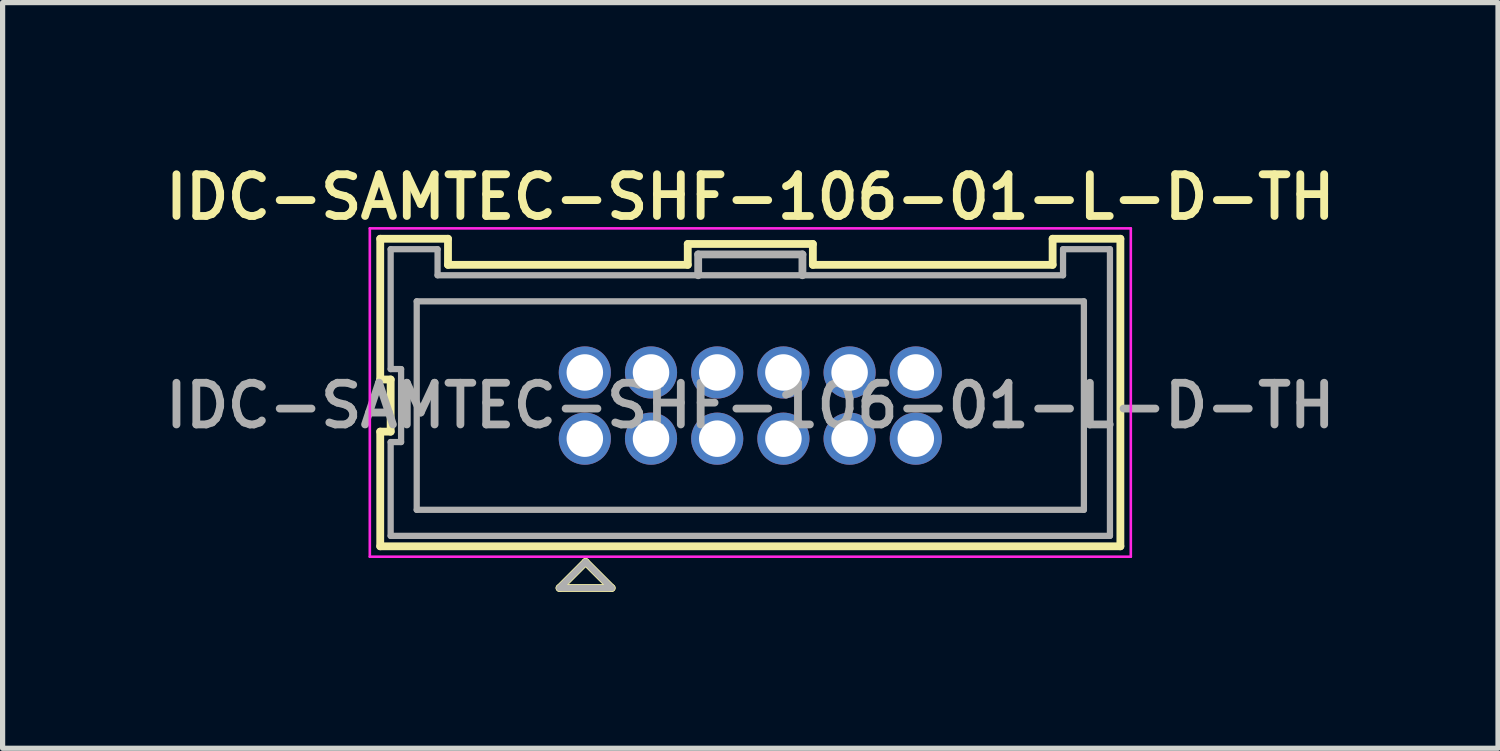
<source format=kicad_pcb>
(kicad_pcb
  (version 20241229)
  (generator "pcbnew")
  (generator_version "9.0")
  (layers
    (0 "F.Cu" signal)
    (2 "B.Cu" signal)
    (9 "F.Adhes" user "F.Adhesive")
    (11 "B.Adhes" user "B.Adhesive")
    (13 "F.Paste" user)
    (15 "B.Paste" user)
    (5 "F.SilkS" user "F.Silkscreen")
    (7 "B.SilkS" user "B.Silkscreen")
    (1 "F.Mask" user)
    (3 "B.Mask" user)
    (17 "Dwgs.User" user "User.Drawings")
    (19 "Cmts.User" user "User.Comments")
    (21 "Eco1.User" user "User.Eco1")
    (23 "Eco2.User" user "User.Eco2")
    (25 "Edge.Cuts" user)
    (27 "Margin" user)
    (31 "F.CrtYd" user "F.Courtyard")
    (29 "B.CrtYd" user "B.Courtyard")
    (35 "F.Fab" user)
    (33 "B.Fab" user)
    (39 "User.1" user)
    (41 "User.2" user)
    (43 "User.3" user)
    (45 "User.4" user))
  (footprint "IDC-SAMTEC-SHF-106-01-L-D-TH"
    (layer "F.Cu")
    (at 11.345 4.731)
    (property "Reference" "IDC-SAMTEC-SHF-106-01-L-D-TH" (at 0 -4 0) (layer "F.SilkS") (effects (font (size 0.8 0.8) (thickness 0.15))))
    (attr through_hole)
    (fp_line (start -7.1 -3.2) (end -7.1 -0.5) (stroke (width 0.15) (type solid)) (layer "F.SilkS"))
    (fp_line (start -7.1 -3.2) (end -5.8 -3.2) (stroke (width 0.15) (type solid)) (layer "F.SilkS"))
    (fp_line (start -7.1 -0.5) (end -6.9 -0.5) (stroke (width 0.15) (type solid)) (layer "F.SilkS"))
    (fp_line (start -7.1 0.5) (end -7.1 2.7) (stroke (width 0.15) (type solid)) (layer "F.SilkS"))
    (fp_line (start -7.1 2.7) (end 7.1 2.7) (stroke (width 0.15) (type solid)) (layer "F.SilkS"))
    (fp_line (start -6.9 -0.5) (end -6.9 0.5) (stroke (width 0.15) (type solid)) (layer "F.SilkS"))
    (fp_line (start -6.9 0.5) (end -7.1 0.5) (stroke (width 0.15) (type solid)) (layer "F.SilkS"))
    (fp_line (start -5.8 -3.2) (end -5.8 -2.7) (stroke (width 0.15) (type solid)) (layer "F.SilkS"))
    (fp_line (start -5.8 -2.7) (end -1.2 -2.7) (stroke (width 0.15) (type solid)) (layer "F.SilkS"))
    (fp_line (start -3.66 3.5) (end -2.66 3.5) (stroke (width 0.15) (type solid)) (layer "F.SilkS"))
    (fp_line (start -3.16 3) (end -3.66 3.5) (stroke (width 0.15) (type solid)) (layer "F.SilkS"))
    (fp_line (start -2.66 3.5) (end -3.16 3) (stroke (width 0.15) (type solid)) (layer "F.SilkS"))
    (fp_line (start -1.2 -3.1) (end 1.2 -3.1) (stroke (width 0.15) (type solid)) (layer "F.SilkS"))
    (fp_line (start -1.2 -2.7) (end -1.2 -3.1) (stroke (width 0.15) (type solid)) (layer "F.SilkS"))
    (fp_line (start 1.2 -3.1) (end 1.2 -2.7) (stroke (width 0.15) (type solid)) (layer "F.SilkS"))
    (fp_line (start 1.2 -2.7) (end 5.8 -2.7) (stroke (width 0.15) (type solid)) (layer "F.SilkS"))
    (fp_line (start 5.8 -3.2) (end 5.8 -2.7) (stroke (width 0.15) (type solid)) (layer "F.SilkS"))
    (fp_line (start 5.8 -3.2) (end 7.1 -3.2) (stroke (width 0.15) (type solid)) (layer "F.SilkS"))
    (fp_line (start 7.1 2.7) (end 7.1 -3.2) (stroke (width 0.15) (type solid)) (layer "F.SilkS"))
    (fp_line (start -7.3 -3.4) (end 7.3 -3.4) (stroke (width 0.05) (type solid)) (layer "F.CrtYd"))
    (fp_line (start -7.3 2.9) (end -7.3 -3.4) (stroke (width 0.05) (type solid)) (layer "F.CrtYd"))
    (fp_line (start 7.3 -3.4) (end 7.3 2.9) (stroke (width 0.05) (type solid)) (layer "F.CrtYd"))
    (fp_line (start 7.3 2.9) (end -7.3 2.9) (stroke (width 0.05) (type solid)) (layer "F.CrtYd"))
    (fp_line (start -6.9 -3) (end -6 -3) (stroke (width 0.12) (type solid)) (layer "F.Fab"))
    (fp_line (start -6.9 -0.7) (end -6.9 -3) (stroke (width 0.12) (type solid)) (layer "F.Fab"))
    (fp_line (start -6.9 0.7) (end -6.7 0.7) (stroke (width 0.12) (type solid)) (layer "F.Fab"))
    (fp_line (start -6.9 2.5) (end -6.9 0.7) (stroke (width 0.12) (type solid)) (layer "F.Fab"))
    (fp_line (start -6.7 -0.7) (end -6.9 -0.7) (stroke (width 0.12) (type solid)) (layer "F.Fab"))
    (fp_line (start -6.7 0.7) (end -6.7 -0.7) (stroke (width 0.12) (type solid)) (layer "F.Fab"))
    (fp_line (start -6.4 2) (end -6.4 -2) (stroke (width 0.12) (type solid)) (layer "F.Fab"))
    (fp_line (start -6.4 2) (end 6.4 2) (stroke (width 0.12) (type solid)) (layer "F.Fab"))
    (fp_line (start -6 -3) (end -6 -2.5) (stroke (width 0.12) (type solid)) (layer "F.Fab"))
    (fp_line (start -6 -2.5) (end 6 -2.5) (stroke (width 0.12) (type solid)) (layer "F.Fab"))
    (fp_line (start -3.66 3.5) (end -2.66 3.5) (stroke (width 0.12) (type solid)) (layer "F.Fab"))
    (fp_line (start -3.375 -0.8) (end -2.975 -0.8) (stroke (width 0.1) (type solid)) (layer "F.Fab"))
    (fp_line (start -3.375 -0.4) (end -3.375 -0.8) (stroke (width 0.1) (type solid)) (layer "F.Fab"))
    (fp_line (start -3.375 0.4) (end -2.975 0.4) (stroke (width 0.1) (type solid)) (layer "F.Fab"))
    (fp_line (start -3.375 0.8) (end -3.375 0.4) (stroke (width 0.1) (type solid)) (layer "F.Fab"))
    (fp_line (start -3.16 3) (end -3.66 3.5) (stroke (width 0.12) (type solid)) (layer "F.Fab"))
    (fp_line (start -2.975 -0.8) (end -2.975 -0.4) (stroke (width 0.1) (type solid)) (layer "F.Fab"))
    (fp_line (start -2.975 -0.4) (end -3.375 -0.4) (stroke (width 0.1) (type solid)) (layer "F.Fab"))
    (fp_line (start -2.975 0.4) (end -2.975 0.8) (stroke (width 0.1) (type solid)) (layer "F.Fab"))
    (fp_line (start -2.975 0.8) (end -3.375 0.8) (stroke (width 0.1) (type solid)) (layer "F.Fab"))
    (fp_line (start -2.66 3.5) (end -3.16 3) (stroke (width 0.12) (type solid)) (layer "F.Fab"))
    (fp_line (start -2.105 -0.8) (end -1.705 -0.8) (stroke (width 0.1) (type solid)) (layer "F.Fab"))
    (fp_line (start -2.105 -0.4) (end -2.105 -0.8) (stroke (width 0.1) (type solid)) (layer "F.Fab"))
    (fp_line (start -2.105 0.4) (end -1.705 0.4) (stroke (width 0.1) (type solid)) (layer "F.Fab"))
    (fp_line (start -2.105 0.8) (end -2.105 0.4) (stroke (width 0.1) (type solid)) (layer "F.Fab"))
    (fp_line (start -1.705 -0.8) (end -1.705 -0.4) (stroke (width 0.1) (type solid)) (layer "F.Fab"))
    (fp_line (start -1.705 -0.4) (end -2.105 -0.4) (stroke (width 0.1) (type solid)) (layer "F.Fab"))
    (fp_line (start -1.705 0.4) (end -1.705 0.8) (stroke (width 0.1) (type solid)) (layer "F.Fab"))
    (fp_line (start -1.705 0.8) (end -2.105 0.8) (stroke (width 0.1) (type solid)) (layer "F.Fab"))
    (fp_line (start -1 -2.9) (end 1 -2.9) (stroke (width 0.15) (type solid)) (layer "F.Fab"))
    (fp_line (start -1 -2.5) (end -1 -2.9) (stroke (width 0.15) (type solid)) (layer "F.Fab"))
    (fp_line (start -0.835 -0.8) (end -0.435 -0.8) (stroke (width 0.1) (type solid)) (layer "F.Fab"))
    (fp_line (start -0.835 -0.4) (end -0.835 -0.8) (stroke (width 0.1) (type solid)) (layer "F.Fab"))
    (fp_line (start -0.835 0.4) (end -0.435 0.4) (stroke (width 0.1) (type solid)) (layer "F.Fab"))
    (fp_line (start -0.835 0.8) (end -0.835 0.4) (stroke (width 0.1) (type solid)) (layer "F.Fab"))
    (fp_line (start -0.435 -0.8) (end -0.435 -0.4) (stroke (width 0.1) (type solid)) (layer "F.Fab"))
    (fp_line (start -0.435 -0.4) (end -0.835 -0.4) (stroke (width 0.1) (type solid)) (layer "F.Fab"))
    (fp_line (start -0.435 0.4) (end -0.435 0.8) (stroke (width 0.1) (type solid)) (layer "F.Fab"))
    (fp_line (start -0.435 0.8) (end -0.835 0.8) (stroke (width 0.1) (type solid)) (layer "F.Fab"))
    (fp_line (start 0.435 -0.8) (end 0.835 -0.8) (stroke (width 0.1) (type solid)) (layer "F.Fab"))
    (fp_line (start 0.435 -0.4) (end 0.435 -0.8) (stroke (width 0.1) (type solid)) (layer "F.Fab"))
    (fp_line (start 0.435 0.4) (end 0.835 0.4) (stroke (width 0.1) (type solid)) (layer "F.Fab"))
    (fp_line (start 0.435 0.8) (end 0.435 0.4) (stroke (width 0.1) (type solid)) (layer "F.Fab"))
    (fp_line (start 0.835 -0.8) (end 0.835 -0.4) (stroke (width 0.1) (type solid)) (layer "F.Fab"))
    (fp_line (start 0.835 -0.4) (end 0.435 -0.4) (stroke (width 0.1) (type solid)) (layer "F.Fab"))
    (fp_line (start 0.835 0.4) (end 0.835 0.8) (stroke (width 0.1) (type solid)) (layer "F.Fab"))
    (fp_line (start 0.835 0.8) (end 0.435 0.8) (stroke (width 0.1) (type solid)) (layer "F.Fab"))
    (fp_line (start 1 -2.9) (end 1 -2.5) (stroke (width 0.15) (type solid)) (layer "F.Fab"))
    (fp_line (start 1.705 -0.8) (end 2.105 -0.8) (stroke (width 0.1) (type solid)) (layer "F.Fab"))
    (fp_line (start 1.705 -0.4) (end 1.705 -0.8) (stroke (width 0.1) (type solid)) (layer "F.Fab"))
    (fp_line (start 1.705 0.4) (end 2.105 0.4) (stroke (width 0.1) (type solid)) (layer "F.Fab"))
    (fp_line (start 1.705 0.8) (end 1.705 0.4) (stroke (width 0.1) (type solid)) (layer "F.Fab"))
    (fp_line (start 2.105 -0.8) (end 2.105 -0.4) (stroke (width 0.1) (type solid)) (layer "F.Fab"))
    (fp_line (start 2.105 -0.4) (end 1.705 -0.4) (stroke (width 0.1) (type solid)) (layer "F.Fab"))
    (fp_line (start 2.105 0.4) (end 2.105 0.8) (stroke (width 0.1) (type solid)) (layer "F.Fab"))
    (fp_line (start 2.105 0.8) (end 1.705 0.8) (stroke (width 0.1) (type solid)) (layer "F.Fab"))
    (fp_line (start 2.975 -0.8) (end 3.375 -0.8) (stroke (width 0.1) (type solid)) (layer "F.Fab"))
    (fp_line (start 2.975 -0.4) (end 2.975 -0.8) (stroke (width 0.1) (type solid)) (layer "F.Fab"))
    (fp_line (start 2.975 0.4) (end 3.375 0.4) (stroke (width 0.1) (type solid)) (layer "F.Fab"))
    (fp_line (start 2.975 0.8) (end 2.975 0.4) (stroke (width 0.1) (type solid)) (layer "F.Fab"))
    (fp_line (start 3.375 -0.8) (end 3.375 -0.4) (stroke (width 0.1) (type solid)) (layer "F.Fab"))
    (fp_line (start 3.375 -0.4) (end 2.975 -0.4) (stroke (width 0.1) (type solid)) (layer "F.Fab"))
    (fp_line (start 3.375 0.4) (end 3.375 0.8) (stroke (width 0.1) (type solid)) (layer "F.Fab"))
    (fp_line (start 3.375 0.8) (end 2.975 0.8) (stroke (width 0.1) (type solid)) (layer "F.Fab"))
    (fp_line (start 6 -3) (end 6.9 -3) (stroke (width 0.12) (type solid)) (layer "F.Fab"))
    (fp_line (start 6 -2.5) (end 6 -3) (stroke (width 0.12) (type solid)) (layer "F.Fab"))
    (fp_line (start 6.4 -2) (end -6.4 -2) (stroke (width 0.12) (type solid)) (layer "F.Fab"))
    (fp_line (start 6.4 -2) (end 6.4 2) (stroke (width 0.12) (type solid)) (layer "F.Fab"))
    (fp_line (start 6.9 -3) (end 6.9 2.5) (stroke (width 0.12) (type solid)) (layer "F.Fab"))
    (fp_line (start 6.9 2.5) (end -6.9 2.5) (stroke (width 0.12) (type solid)) (layer "F.Fab"))
    (fp_text user "${REFERENCE}" (at 0 0 0) (layer "F.Fab") (effects (font (size 0.8 0.8) (thickness 0.15))))
    (pad "1" thru_hole circle (at -3.175 0.635) (size 1 1) (drill 0.7) (layers "*.Cu" "*.Mask"))
    (pad "2" thru_hole circle (at -3.175 -0.635) (size 1 1) (drill 0.7) (layers "*.Cu" "*.Mask"))
    (pad "3" thru_hole circle (at -1.905 0.635) (size 1 1) (drill 0.7) (layers "*.Cu" "*.Mask"))
    (pad "4" thru_hole circle (at -1.905 -0.635) (size 1 1) (drill 0.7) (layers "*.Cu" "*.Mask"))
    (pad "5" thru_hole circle (at -0.635 0.635) (size 1 1) (drill 0.7) (layers "*.Cu" "*.Mask"))
    (pad "6" thru_hole circle (at -0.635 -0.635) (size 1 1) (drill 0.7) (layers "*.Cu" "*.Mask"))
    (pad "7" thru_hole circle (at 0.635 0.635) (size 1 1) (drill 0.7) (layers "*.Cu" "*.Mask"))
    (pad "8" thru_hole circle (at 0.635 -0.635) (size 1 1) (drill 0.7) (layers "*.Cu" "*.Mask"))
    (pad "9" thru_hole circle (at 1.905 0.635) (size 1 1) (drill 0.7) (layers "*.Cu" "*.Mask"))
    (pad "10" thru_hole circle (at 1.905 -0.635) (size 1 1) (drill 0.7) (layers "*.Cu" "*.Mask"))
    (pad "11" thru_hole circle (at 3.175 0.635) (size 1 1) (drill 0.7) (layers "*.Cu" "*.Mask"))
    (pad "12" thru_hole circle (at 3.175 -0.635) (size 1 1) (drill 0.7) (layers "*.Cu" "*.Mask")))
  (gr_rect
    (start -3 -3)
    (end 25.69 11.306)
    (stroke (width 0.1) (type default))
    (fill no)
    (layer "Edge.Cuts")))
</source>
